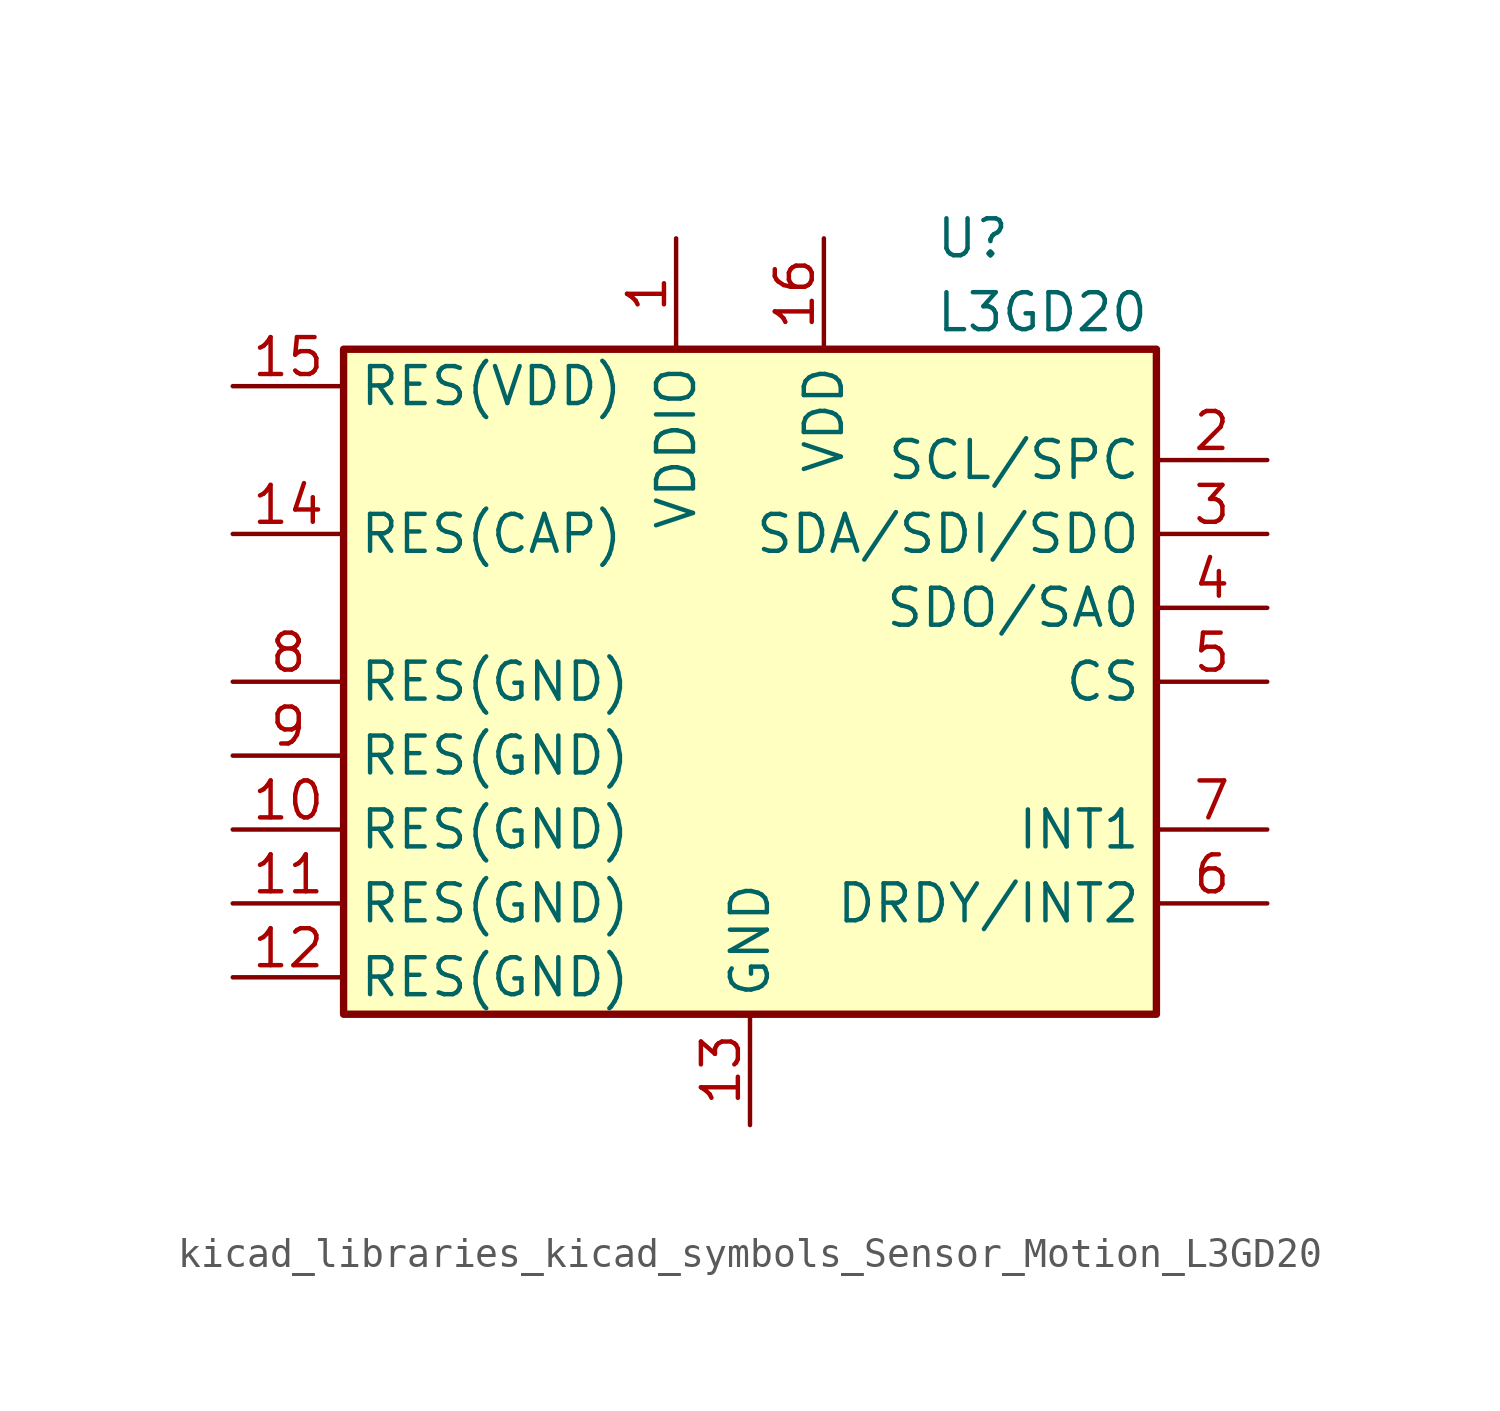
<source format=kicad_sym>
(kicad_symbol_lib
  (version 20220914)
  (generator kicad_symbol_editor)
  (symbol "kicad_libraries_kicad_symbols_Sensor_Motion_L3GD20"
    (property "Reference" "U"
      (at 6.35 15.24 0)
      (effects (font (size 1.27 1.27)) (justify left)))
    (property "Value" "L3GD20"
      (at 6.35 12.7 0)
      (effects (font (size 1.27 1.27)) (justify left)))
    (symbol "kicad_libraries_kicad_symbols_Sensor_Motion_L3GD20_0_1"
      (rectangle (start -13.97 11.43) (end 13.97 -11.43) (stroke (width 0.254) (type default)) (fill (type background))))
    (symbol "kicad_libraries_kicad_symbols_Sensor_Motion_L3GD20_1_1"
      (pin power_in line (at -2.54 15.24 270) (length 3.81) (name "VDDIO" (effects (font (size 1.27 1.27)))) (number "1" (effects (font (size 1.27 1.27)))))
      (pin passive line (at -17.78 -5.08 0) (length 3.81) (name "RES(GND)" (effects (font (size 1.27 1.27)))) (number "10" (effects (font (size 1.27 1.27)))))
      (pin passive line (at -17.78 -7.62 0) (length 3.81) (name "RES(GND)" (effects (font (size 1.27 1.27)))) (number "11" (effects (font (size 1.27 1.27)))))
      (pin passive line (at -17.78 -10.16 0) (length 3.81) (name "RES(GND)" (effects (font (size 1.27 1.27)))) (number "12" (effects (font (size 1.27 1.27)))))
      (pin power_in line (at 0 -15.24 90) (length 3.81) (name "GND" (effects (font (size 1.27 1.27)))) (number "13" (effects (font (size 1.27 1.27)))))
      (pin passive line (at -17.78 5.08 0) (length 3.81) (name "RES(CAP)" (effects (font (size 1.27 1.27)))) (number "14" (effects (font (size 1.27 1.27)))))
      (pin passive line (at -17.78 10.16 0) (length 3.81) (name "RES(VDD)" (effects (font (size 1.27 1.27)))) (number "15" (effects (font (size 1.27 1.27)))))
      (pin power_in line (at 2.54 15.24 270) (length 3.81) (name "VDD" (effects (font (size 1.27 1.27)))) (number "16" (effects (font (size 1.27 1.27)))))
      (pin input line (at 17.78 7.62 180) (length 3.81) (name "SCL/SPC" (effects (font (size 1.27 1.27)))) (number "2" (effects (font (size 1.27 1.27)))))
      (pin bidirectional line (at 17.78 5.08 180) (length 3.81) (name "SDA/SDI/SDO" (effects (font (size 1.27 1.27)))) (number "3" (effects (font (size 1.27 1.27)))))
      (pin output line (at 17.78 2.54 180) (length 3.81) (name "SDO/SA0" (effects (font (size 1.27 1.27)))) (number "4" (effects (font (size 1.27 1.27)))))
      (pin input line (at 17.78 0 180) (length 3.81) (name "CS" (effects (font (size 1.27 1.27)))) (number "5" (effects (font (size 1.27 1.27)))))
      (pin output line (at 17.78 -7.62 180) (length 3.81) (name "DRDY/INT2" (effects (font (size 1.27 1.27)))) (number "6" (effects (font (size 1.27 1.27)))))
      (pin output line (at 17.78 -5.08 180) (length 3.81) (name "INT1" (effects (font (size 1.27 1.27)))) (number "7" (effects (font (size 1.27 1.27)))))
      (pin passive line (at -17.78 0 0) (length 3.81) (name "RES(GND)" (effects (font (size 1.27 1.27)))) (number "8" (effects (font (size 1.27 1.27)))))
      (pin passive line (at -17.78 -2.54 0) (length 3.81) (name "RES(GND)" (effects (font (size 1.27 1.27)))) (number "9" (effects (font (size 1.27 1.27))))))))
</source>
